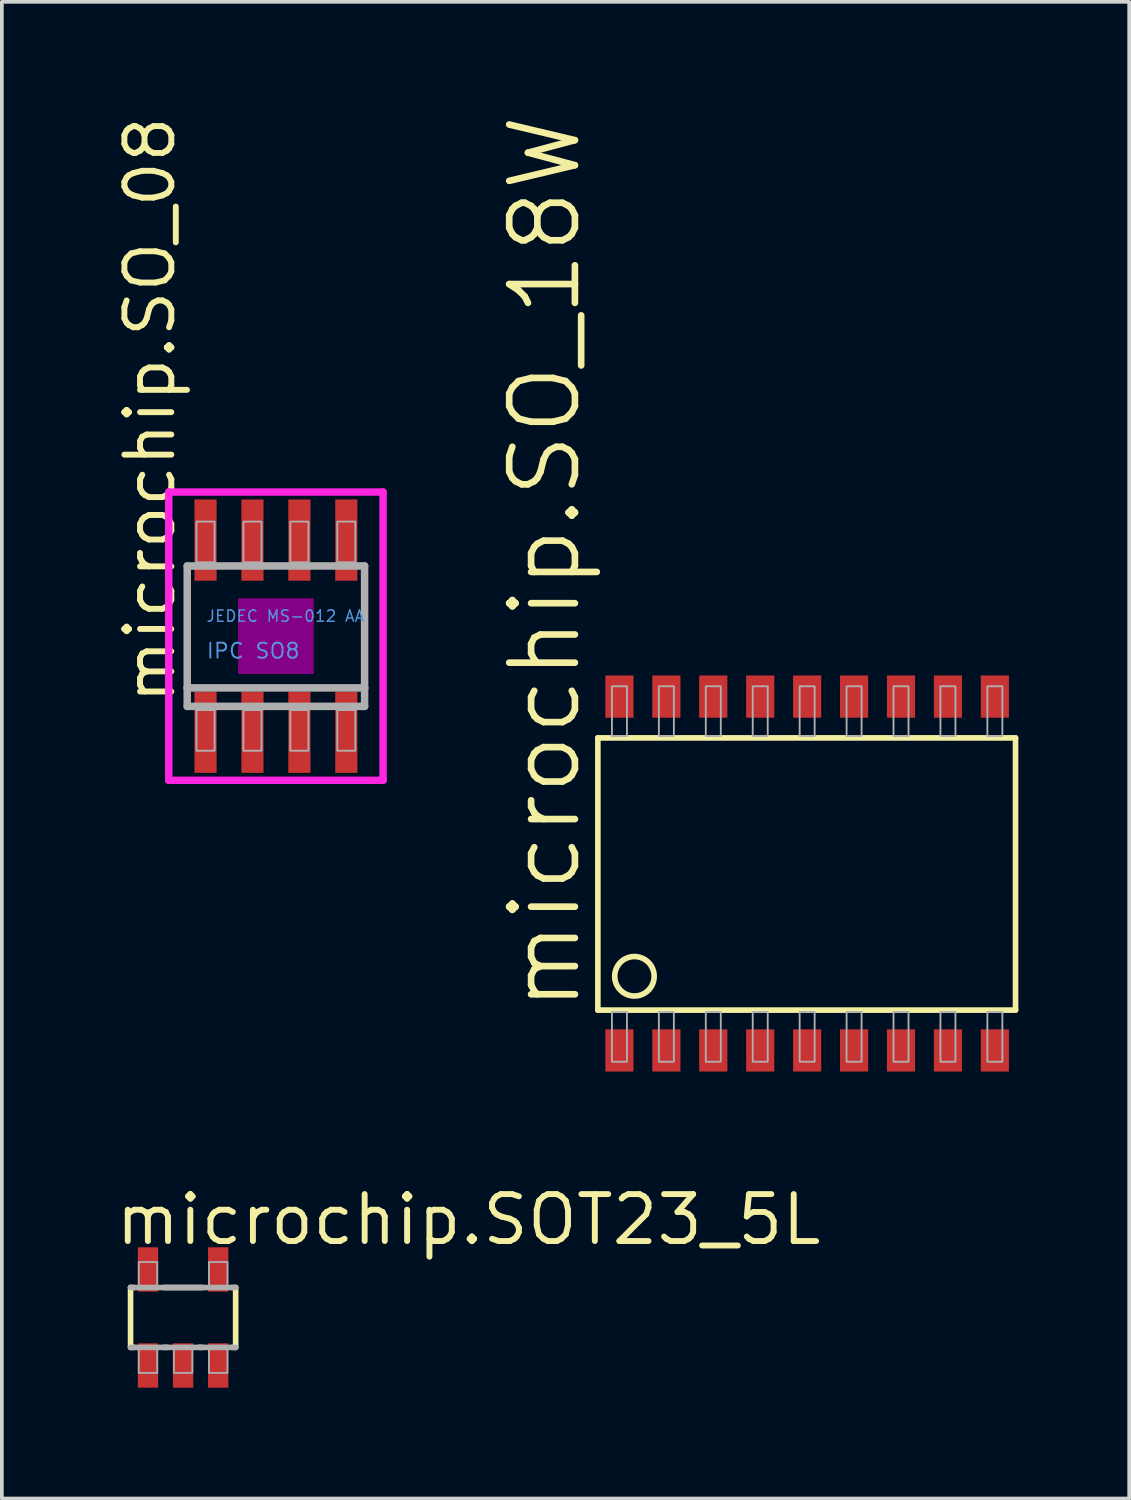
<source format=kicad_pcb>
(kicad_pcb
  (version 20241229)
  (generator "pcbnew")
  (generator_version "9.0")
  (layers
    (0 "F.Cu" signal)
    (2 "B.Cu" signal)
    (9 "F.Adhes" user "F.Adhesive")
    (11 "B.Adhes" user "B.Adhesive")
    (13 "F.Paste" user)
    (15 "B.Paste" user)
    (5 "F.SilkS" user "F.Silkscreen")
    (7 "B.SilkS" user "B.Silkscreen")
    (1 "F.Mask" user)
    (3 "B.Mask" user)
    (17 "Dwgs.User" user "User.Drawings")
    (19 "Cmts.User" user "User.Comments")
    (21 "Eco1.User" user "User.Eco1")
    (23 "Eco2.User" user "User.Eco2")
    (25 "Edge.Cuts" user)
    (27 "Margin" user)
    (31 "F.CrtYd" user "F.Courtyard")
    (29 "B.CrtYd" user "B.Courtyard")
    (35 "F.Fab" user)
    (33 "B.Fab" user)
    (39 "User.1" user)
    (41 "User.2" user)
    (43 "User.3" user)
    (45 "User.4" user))
  (footprint "microchip.SO_08"
    (layer "F.Cu")
    (at 4.417 14.166)
    (property "Reference" "microchip.SO_08" (at -2.667 1.905 90) (layer "F.SilkS") (effects (font (size 1.27 1.27) (thickness 0.16)) (justify left bottom)))
    (attr smd)
    (fp_rect (start -1 1) (end 1 -1) (stroke (width 0.05) (type default)) (fill yes) (layer "F.Adhes"))
    (fp_line (start -2.9 -3.9) (end 2.9 -3.9) (stroke (width 0.2) (type default)) (layer "F.CrtYd"))
    (fp_line (start -2.9 3.9) (end -2.9 -3.9) (stroke (width 0.2) (type default)) (layer "F.CrtYd"))
    (fp_line (start 2.9 -3.9) (end 2.9 3.9) (stroke (width 0.2) (type default)) (layer "F.CrtYd"))
    (fp_line (start 2.9 3.9) (end -2.9 3.9) (stroke (width 0.2) (type default)) (layer "F.CrtYd"))
    (fp_line (start -2.4 -1.9) (end 2.4 -1.9) (stroke (width 0.203) (type default)) (layer "F.Fab"))
    (fp_line (start -2.4 1.4) (end -2.4 -1.9) (stroke (width 0.203) (type default)) (layer "F.Fab"))
    (fp_line (start -2.4 1.9) (end -2.4 1.4) (stroke (width 0.203) (type default)) (layer "F.Fab"))
    (fp_line (start 2.4 -1.9) (end 2.4 1.4) (stroke (width 0.203) (type default)) (layer "F.Fab"))
    (fp_line (start 2.4 1.4) (end -2.4 1.4) (stroke (width 0.203) (type default)) (layer "F.Fab"))
    (fp_line (start 2.4 1.4) (end 2.4 1.9) (stroke (width 0.203) (type default)) (layer "F.Fab"))
    (fp_line (start 2.4 1.9) (end -2.4 1.9) (stroke (width 0.203) (type default)) (layer "F.Fab"))
    (fp_rect (start -2.15 -2) (end -1.66 -3.1) (stroke (width 0.05) (type default)) (fill no) (layer "F.Fab"))
    (fp_rect (start -2.15 3.1) (end -1.66 2) (stroke (width 0.05) (type default)) (fill no) (layer "F.Fab"))
    (fp_rect (start -0.88 -2) (end -0.39 -3.1) (stroke (width 0.05) (type default)) (fill no) (layer "F.Fab"))
    (fp_rect (start -0.88 3.1) (end -0.39 2) (stroke (width 0.05) (type default)) (fill no) (layer "F.Fab"))
    (fp_rect (start 0.39 -2) (end 0.88 -3.1) (stroke (width 0.05) (type default)) (fill no) (layer "F.Fab"))
    (fp_rect (start 0.39 3.1) (end 0.88 2) (stroke (width 0.05) (type default)) (fill no) (layer "F.Fab"))
    (fp_rect (start 1.66 -2) (end 2.15 -3.1) (stroke (width 0.05) (type default)) (fill no) (layer "F.Fab"))
    (fp_rect (start 1.66 3.1) (end 2.15 2) (stroke (width 0.05) (type default)) (fill no) (layer "F.Fab"))
    (fp_text user "JEDEC MS-012 AA" (at -1.905 -0.365 0) (layer "Cmts.User") (effects (font (size 0.305 0.305) (thickness 0.04)) (justify left bottom)))
    (fp_text user "IPC SO8" (at -1.905 0.635 0) (layer "Cmts.User") (effects (font (size 0.406 0.406) (thickness 0.05)) (justify left bottom)))
    (pad "1" smd roundrect (at -1.905 2.6) (size 0.6 2.2) (layers "F.Cu" "F.Mask" "F.Paste") (roundrect_rratio 0.01))
    (pad "2" smd roundrect (at -0.635 2.6) (size 0.6 2.2) (layers "F.Cu" "F.Mask" "F.Paste") (roundrect_rratio 0.01))
    (pad "3" smd roundrect (at 0.635 2.6) (size 0.6 2.2) (layers "F.Cu" "F.Mask" "F.Paste") (roundrect_rratio 0.01))
    (pad "4" smd roundrect (at 1.905 2.6) (size 0.6 2.2) (layers "F.Cu" "F.Mask" "F.Paste") (roundrect_rratio 0.01))
    (pad "5" smd roundrect (at 1.905 -2.6) (size 0.6 2.2) (layers "F.Cu" "F.Mask" "F.Paste") (roundrect_rratio 0.01))
    (pad "6" smd roundrect (at 0.635 -2.6) (size 0.6 2.2) (layers "F.Cu" "F.Mask" "F.Paste") (roundrect_rratio 0.01))
    (pad "7" smd roundrect (at -0.635 -2.6) (size 0.6 2.2) (layers "F.Cu" "F.Mask" "F.Paste") (roundrect_rratio 0.01))
    (pad "8" smd roundrect (at -1.905 -2.6) (size 0.6 2.2) (layers "F.Cu" "F.Mask" "F.Paste") (roundrect_rratio 0.01)))
  (footprint "microchip.SOT23_5L"
    (layer "F.Cu")
    (at 1.905 32.603)
    (property "Reference" "microchip.SOT23_5L" (at -1.905 -1.905 0) (layer "F.SilkS") (effects (font (size 1.27 1.27) (thickness 0.16)) (justify left bottom)))
    (attr smd)
    (fp_line (start -1.422 -0.81) (end -1.328 -0.81) (stroke (width 0.152) (type default)) (layer "F.SilkS"))
    (fp_line (start -1.422 0.81) (end -1.422 -0.81) (stroke (width 0.152) (type default)) (layer "F.SilkS"))
    (fp_line (start -1.328 0.81) (end -1.422 0.81) (stroke (width 0.152) (type default)) (layer "F.SilkS"))
    (fp_line (start -0.522 -0.81) (end 0.522 -0.81) (stroke (width 0.152) (type default)) (layer "F.SilkS"))
    (fp_line (start -0.428 0.81) (end -0.522 0.81) (stroke (width 0.152) (type default)) (layer "F.SilkS"))
    (fp_line (start 0.522 0.81) (end 0.428 0.81) (stroke (width 0.152) (type default)) (layer "F.SilkS"))
    (fp_line (start 1.328 -0.81) (end 1.422 -0.81) (stroke (width 0.152) (type default)) (layer "F.SilkS"))
    (fp_line (start 1.422 -0.81) (end 1.422 0.81) (stroke (width 0.152) (type default)) (layer "F.SilkS"))
    (fp_line (start 1.422 0.81) (end 1.328 0.81) (stroke (width 0.152) (type default)) (layer "F.SilkS"))
    (fp_line (start -1.422 -0.81) (end 1.422 -0.81) (stroke (width 0.152) (type default)) (layer "F.Fab"))
    (fp_line (start 1.422 0.81) (end -1.422 0.81) (stroke (width 0.152) (type default)) (layer "F.Fab"))
    (fp_rect (start -1.2 -0.85) (end -0.7 -1.5) (stroke (width 0.05) (type default)) (fill no) (layer "F.Fab"))
    (fp_rect (start -1.2 1.5) (end -0.7 0.85) (stroke (width 0.05) (type default)) (fill no) (layer "F.Fab"))
    (fp_rect (start -0.25 1.5) (end 0.25 0.85) (stroke (width 0.05) (type default)) (fill no) (layer "F.Fab"))
    (fp_rect (start 0.7 -0.85) (end 1.2 -1.5) (stroke (width 0.05) (type default)) (fill no) (layer "F.Fab"))
    (fp_rect (start 0.7 1.5) (end 1.2 0.85) (stroke (width 0.05) (type default)) (fill no) (layer "F.Fab"))
    (pad "1" smd roundrect (at -0.95 1.3) (size 0.55 1.2) (layers "F.Cu" "F.Mask" "F.Paste") (roundrect_rratio 0.01))
    (pad "2" smd roundrect (at 0 1.3) (size 0.55 1.2) (layers "F.Cu" "F.Mask" "F.Paste") (roundrect_rratio 0.01))
    (pad "3" smd roundrect (at 0.95 1.3) (size 0.55 1.2) (layers "F.Cu" "F.Mask" "F.Paste") (roundrect_rratio 0.01))
    (pad "4" smd roundrect (at 0.95 -1.3) (size 0.55 1.2) (layers "F.Cu" "F.Mask" "F.Paste") (roundrect_rratio 0.01))
    (pad "5" smd roundrect (at -0.95 -1.3) (size 0.55 1.2) (layers "F.Cu" "F.Mask" "F.Paste") (roundrect_rratio 0.01)))
  (footprint "microchip.SO_18W"
    (layer "F.Cu")
    (at 18.793 20.589)
    (property "Reference" "microchip.SO_18W" (at -6.058 3.81 90) (layer "F.SilkS") (effects (font (size 1.778 1.778) (thickness 0.18)) (justify left bottom)))
    (attr smd)
    (fp_line (start -5.664 -3.67) (end -5.664 3.696) (stroke (width 0.152) (type default)) (layer "F.SilkS"))
    (fp_line (start -5.664 3.696) (end 5.639 3.696) (stroke (width 0.152) (type default)) (layer "F.SilkS"))
    (fp_line (start 5.639 -3.67) (end -5.664 -3.67) (stroke (width 0.152) (type default)) (layer "F.SilkS"))
    (fp_line (start 5.639 3.696) (end 5.639 -3.67) (stroke (width 0.152) (type default)) (layer "F.SilkS"))
    (fp_circle (center -4.674 2.781) (end -4.14 2.781) (stroke (width 0.152) (type default)) (fill no) (layer "F.SilkS"))
    (fp_rect (start -5.283 -3.721) (end -4.877 -5.067) (stroke (width 0.05) (type default)) (fill no) (layer "F.Fab"))
    (fp_rect (start -5.283 5.093) (end -4.877 3.747) (stroke (width 0.05) (type default)) (fill no) (layer "F.Fab"))
    (fp_rect (start -4.013 -3.721) (end -3.607 -5.067) (stroke (width 0.05) (type default)) (fill no) (layer "F.Fab"))
    (fp_rect (start -4.013 5.093) (end -3.607 3.747) (stroke (width 0.05) (type default)) (fill no) (layer "F.Fab"))
    (fp_rect (start -2.743 -3.721) (end -2.337 -5.067) (stroke (width 0.05) (type default)) (fill no) (layer "F.Fab"))
    (fp_rect (start -2.743 5.093) (end -2.337 3.747) (stroke (width 0.05) (type default)) (fill no) (layer "F.Fab"))
    (fp_rect (start -1.473 -3.721) (end -1.067 -5.067) (stroke (width 0.05) (type default)) (fill no) (layer "F.Fab"))
    (fp_rect (start -1.473 5.093) (end -1.067 3.747) (stroke (width 0.05) (type default)) (fill no) (layer "F.Fab"))
    (fp_rect (start -0.203 -3.721) (end 0.203 -5.067) (stroke (width 0.05) (type default)) (fill no) (layer "F.Fab"))
    (fp_rect (start -0.203 5.093) (end 0.203 3.747) (stroke (width 0.05) (type default)) (fill no) (layer "F.Fab"))
    (fp_rect (start 1.067 -3.721) (end 1.473 -5.067) (stroke (width 0.05) (type default)) (fill no) (layer "F.Fab"))
    (fp_rect (start 1.067 5.093) (end 1.473 3.747) (stroke (width 0.05) (type default)) (fill no) (layer "F.Fab"))
    (fp_rect (start 2.337 -3.721) (end 2.743 -5.067) (stroke (width 0.05) (type default)) (fill no) (layer "F.Fab"))
    (fp_rect (start 2.337 5.093) (end 2.743 3.747) (stroke (width 0.05) (type default)) (fill no) (layer "F.Fab"))
    (fp_rect (start 3.607 -3.721) (end 4.013 -5.067) (stroke (width 0.05) (type default)) (fill no) (layer "F.Fab"))
    (fp_rect (start 3.607 5.093) (end 4.013 3.747) (stroke (width 0.05) (type default)) (fill no) (layer "F.Fab"))
    (fp_rect (start 4.877 -3.721) (end 5.283 -5.067) (stroke (width 0.05) (type default)) (fill no) (layer "F.Fab"))
    (fp_rect (start 4.877 5.093) (end 5.283 3.747) (stroke (width 0.05) (type default)) (fill no) (layer "F.Fab"))
    (pad "1" smd roundrect (at -5.08 4.788) (size 0.762 1.143) (layers "F.Cu" "F.Mask" "F.Paste") (roundrect_rratio 0.01))
    (pad "2" smd roundrect (at -3.81 4.788) (size 0.762 1.143) (layers "F.Cu" "F.Mask" "F.Paste") (roundrect_rratio 0.01))
    (pad "3" smd roundrect (at -2.54 4.788) (size 0.762 1.143) (layers "F.Cu" "F.Mask" "F.Paste") (roundrect_rratio 0.01))
    (pad "4" smd roundrect (at -1.27 4.788) (size 0.762 1.143) (layers "F.Cu" "F.Mask" "F.Paste") (roundrect_rratio 0.01))
    (pad "5" smd roundrect (at 0 4.788) (size 0.762 1.143) (layers "F.Cu" "F.Mask" "F.Paste") (roundrect_rratio 0.01))
    (pad "6" smd roundrect (at 1.27 4.788) (size 0.762 1.143) (layers "F.Cu" "F.Mask" "F.Paste") (roundrect_rratio 0.01))
    (pad "7" smd roundrect (at 2.54 4.788) (size 0.762 1.143) (layers "F.Cu" "F.Mask" "F.Paste") (roundrect_rratio 0.01))
    (pad "8" smd roundrect (at 3.81 4.788) (size 0.762 1.143) (layers "F.Cu" "F.Mask" "F.Paste") (roundrect_rratio 0.01))
    (pad "9" smd roundrect (at 5.08 4.788) (size 0.762 1.143) (layers "F.Cu" "F.Mask" "F.Paste") (roundrect_rratio 0.01))
    (pad "10" smd roundrect (at 5.08 -4.788) (size 0.762 1.143) (layers "F.Cu" "F.Mask" "F.Paste") (roundrect_rratio 0.01))
    (pad "11" smd roundrect (at 3.81 -4.788) (size 0.762 1.143) (layers "F.Cu" "F.Mask" "F.Paste") (roundrect_rratio 0.01))
    (pad "12" smd roundrect (at 2.54 -4.788) (size 0.762 1.143) (layers "F.Cu" "F.Mask" "F.Paste") (roundrect_rratio 0.01))
    (pad "13" smd roundrect (at 1.27 -4.788) (size 0.762 1.143) (layers "F.Cu" "F.Mask" "F.Paste") (roundrect_rratio 0.01))
    (pad "14" smd roundrect (at 0 -4.788) (size 0.762 1.143) (layers "F.Cu" "F.Mask" "F.Paste") (roundrect_rratio 0.01))
    (pad "15" smd roundrect (at -1.27 -4.788) (size 0.762 1.143) (layers "F.Cu" "F.Mask" "F.Paste") (roundrect_rratio 0.01))
    (pad "16" smd roundrect (at -2.54 -4.788) (size 0.762 1.143) (layers "F.Cu" "F.Mask" "F.Paste") (roundrect_rratio 0.01))
    (pad "17" smd roundrect (at -3.81 -4.788) (size 0.762 1.143) (layers "F.Cu" "F.Mask" "F.Paste") (roundrect_rratio 0.01))
    (pad "18" smd roundrect (at -5.08 -4.788) (size 0.762 1.143) (layers "F.Cu" "F.Mask" "F.Paste") (roundrect_rratio 0.01)))
  (gr_rect
    (start -3 -3)
    (end 27.508 37.503)
    (stroke (width 0.1) (type default))
    (fill no)
    (layer "Edge.Cuts")))
</source>
